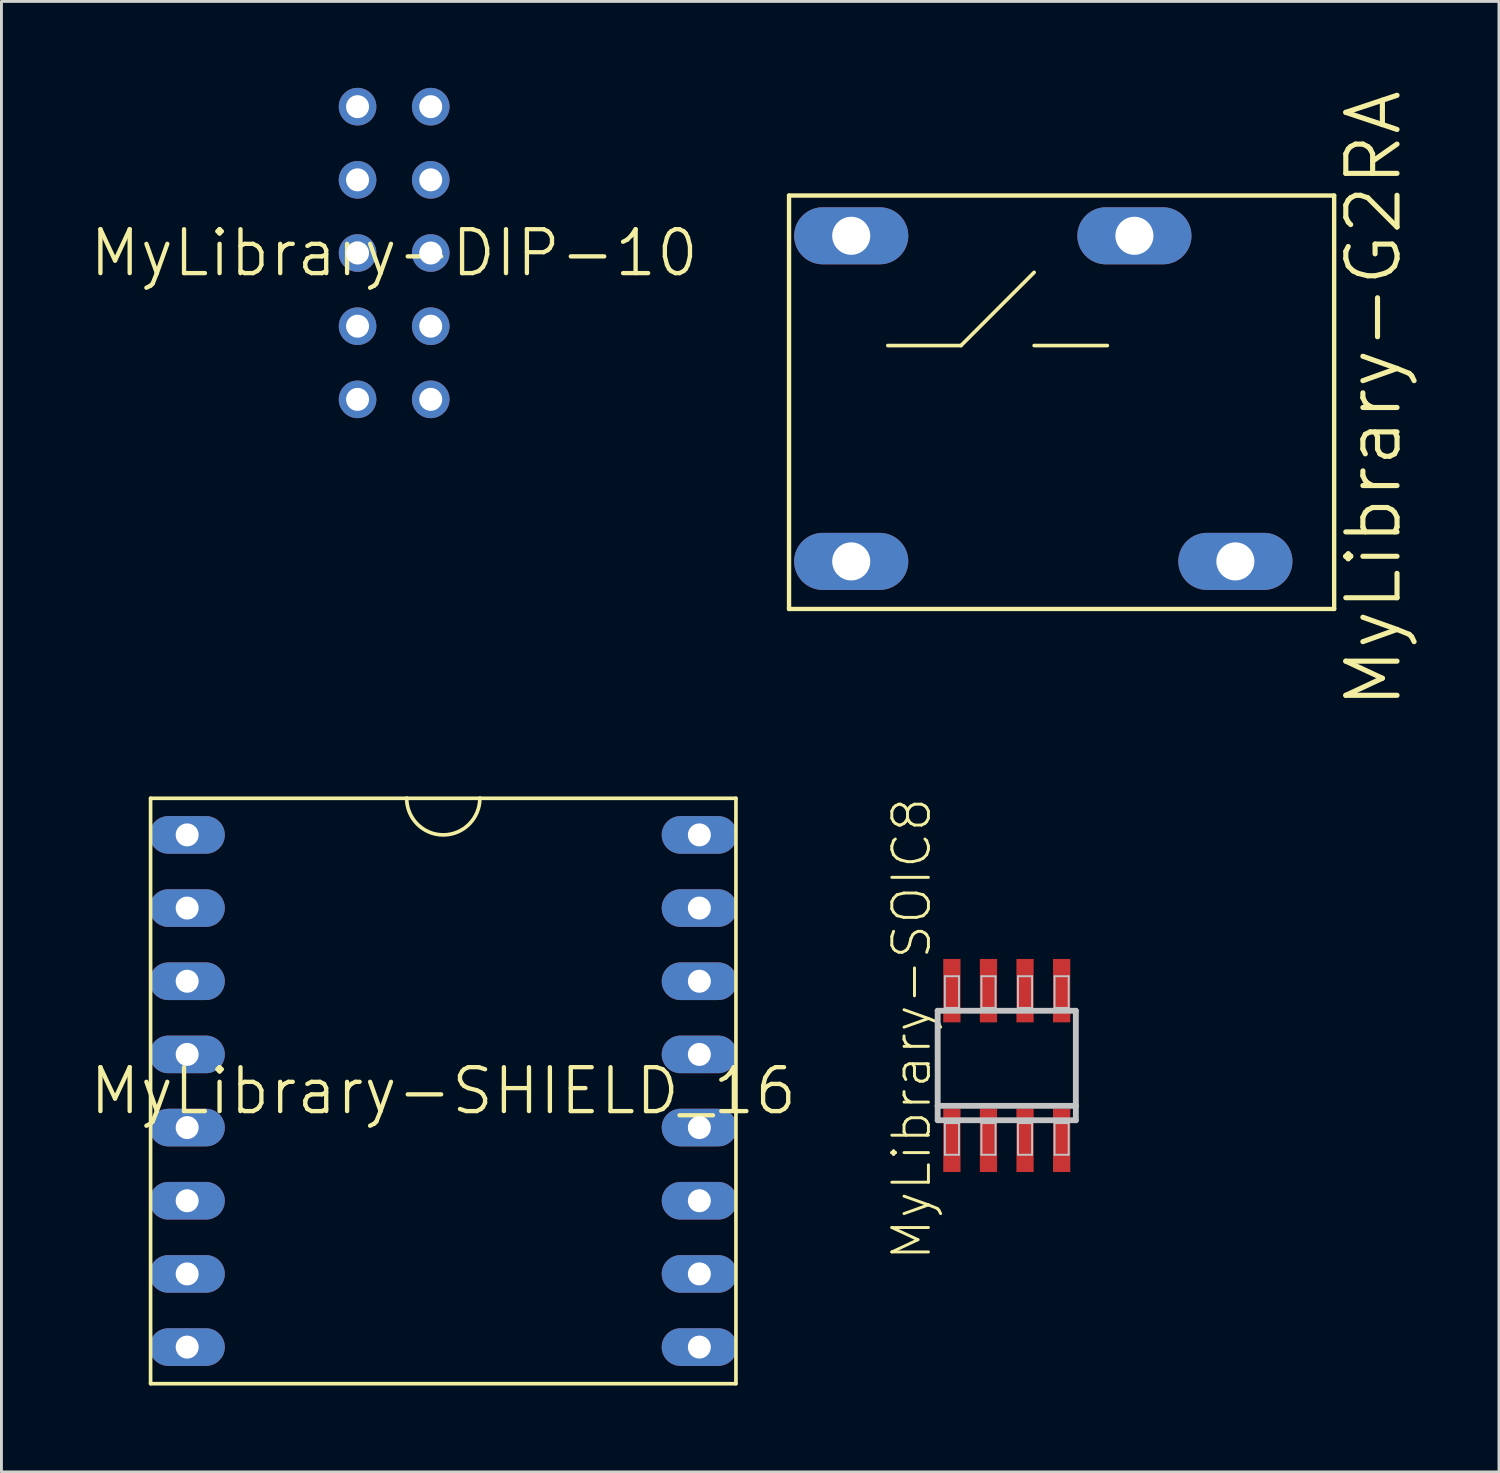
<source format=kicad_pcb>
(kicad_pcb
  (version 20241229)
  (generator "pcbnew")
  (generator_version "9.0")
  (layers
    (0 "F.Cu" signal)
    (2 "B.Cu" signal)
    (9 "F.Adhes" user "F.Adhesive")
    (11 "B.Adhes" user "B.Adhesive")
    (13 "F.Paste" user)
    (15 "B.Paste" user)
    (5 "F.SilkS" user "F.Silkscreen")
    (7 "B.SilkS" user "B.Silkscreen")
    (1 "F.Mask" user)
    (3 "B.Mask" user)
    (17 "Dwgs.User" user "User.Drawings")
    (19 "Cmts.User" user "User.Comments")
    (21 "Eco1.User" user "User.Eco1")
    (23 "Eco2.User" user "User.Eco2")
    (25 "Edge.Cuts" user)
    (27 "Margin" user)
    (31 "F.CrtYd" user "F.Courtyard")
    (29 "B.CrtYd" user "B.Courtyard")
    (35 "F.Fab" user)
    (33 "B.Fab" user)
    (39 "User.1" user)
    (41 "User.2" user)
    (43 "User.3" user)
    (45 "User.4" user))
  (footprint "MyLibrary-G2RA"
    (layer "F.Cu")
    (at 30.309 11.485)
    (property "Reference" "MyLibrary-G2RA" (at 14.323 -0.686 90) (layer "F.SilkS") (effects (font (size 1.778 1.778) (thickness 0.178))))
    (attr exclude_from_pos_files exclude_from_bom)
    (fp_line (start -5.969 6.604) (end -5.969 -7.747) (stroke (width 0.152) (type solid)) (layer "F.SilkS"))
    (fp_line (start -5.969 6.604) (end 12.954 6.604) (stroke (width 0.152) (type solid)) (layer "F.SilkS"))
    (fp_line (start -2.54 -2.54) (end 0 -2.54) (stroke (width 0.127) (type solid)) (layer "F.SilkS"))
    (fp_line (start 0 -2.54) (end 2.54 -5.08) (stroke (width 0.127) (type solid)) (layer "F.SilkS"))
    (fp_line (start 2.54 -2.54) (end 5.08 -2.54) (stroke (width 0.127) (type solid)) (layer "F.SilkS"))
    (fp_line (start 12.954 -7.747) (end -5.969 -7.747) (stroke (width 0.152) (type solid)) (layer "F.SilkS"))
    (fp_line (start 12.954 -7.747) (end 12.954 6.604) (stroke (width 0.152) (type solid)) (layer "F.SilkS"))
    (pad "1" thru_hole oval (at -3.81 4.953 90) (size 1.981 3.962) (drill 1.321) (layers "*.Cu" "*.Paste" "*.Mask"))
    (pad "2" thru_hole oval (at 9.525 4.953 90) (size 1.981 3.962) (drill 1.321) (layers "*.Cu" "*.Paste" "*.Mask"))
    (pad "3" thru_hole oval (at -3.81 -6.35 270) (size 1.981 3.962) (drill 1.321) (layers "*.Cu" "*.Paste" "*.Mask"))
    (pad "4" thru_hole oval (at 6.02 -6.35 90) (size 1.981 3.962) (drill 1.321) (layers "*.Cu" "*.Paste" "*.Mask")))
  (footprint "MyLibrary-SHIELD_16"
    (layer "F.Cu")
    (at 12.337 34.822)
    (property "Reference" "MyLibrary-SHIELD_16" (at 0 0 0) (layer "F.SilkS") (effects (font (size 1.524 1.524) (thickness 0.15))))
    (attr exclude_from_pos_files exclude_from_bom)
    (fp_line (start -10.16 -10.16) (end -1.27 -10.16) (stroke (width 0.127) (type solid)) (layer "F.SilkS"))
    (fp_line (start -10.16 10.16) (end -10.16 -10.16) (stroke (width 0.127) (type solid)) (layer "F.SilkS"))
    (fp_line (start -1.27 -10.16) (end 1.27 -10.16) (stroke (width 0.127) (type solid)) (layer "F.SilkS"))
    (fp_line (start 1.27 -10.16) (end 10.16 -10.16) (stroke (width 0.127) (type solid)) (layer "F.SilkS"))
    (fp_line (start 10.16 -10.16) (end 10.16 10.16) (stroke (width 0.127) (type solid)) (layer "F.SilkS"))
    (fp_line (start 10.16 10.16) (end -10.16 10.16) (stroke (width 0.127) (type solid)) (layer "F.SilkS"))
    (fp_arc (start 1.27 -10.16) (mid 0 -8.89) (end -1.27 -10.16) (stroke (width 0.127) (type solid)) (layer "F.SilkS"))
    (pad "PIN1" thru_hole oval (at -8.89 -8.89 90) (size 1.306 2.614) (drill 0.798) (layers "*.Cu" "*.Paste" "*.Mask"))
    (pad "PIN1" thru_hole oval (at 8.89 -8.89 90) (size 1.306 2.614) (drill 0.798) (layers "*.Cu" "*.Paste" "*.Mask"))
    (pad "PIN1" thru_hole oval (at 8.89 -6.35 90) (size 1.306 2.614) (drill 0.798) (layers "*.Cu" "*.Paste" "*.Mask"))
    (pad "PIN1" thru_hole oval (at 8.89 -3.81 90) (size 1.306 2.614) (drill 0.798) (layers "*.Cu" "*.Paste" "*.Mask"))
    (pad "PIN1" thru_hole oval (at 8.89 -1.27 90) (size 1.306 2.614) (drill 0.798) (layers "*.Cu" "*.Paste" "*.Mask"))
    (pad "PIN1" thru_hole oval (at 8.89 1.27 90) (size 1.306 2.614) (drill 0.798) (layers "*.Cu" "*.Paste" "*.Mask"))
    (pad "PIN1" thru_hole oval (at 8.89 3.81 90) (size 1.306 2.614) (drill 0.798) (layers "*.Cu" "*.Paste" "*.Mask"))
    (pad "PIN1" thru_hole oval (at 8.89 6.35 90) (size 1.306 2.614) (drill 0.798) (layers "*.Cu" "*.Paste" "*.Mask"))
    (pad "PIN2" thru_hole oval (at -8.89 -6.35 90) (size 1.306 2.614) (drill 0.798) (layers "*.Cu" "*.Paste" "*.Mask"))
    (pad "PIN3" thru_hole oval (at -8.89 -3.81 90) (size 1.306 2.614) (drill 0.798) (layers "*.Cu" "*.Paste" "*.Mask"))
    (pad "PIN4" thru_hole oval (at -8.89 -1.27 90) (size 1.306 2.614) (drill 0.798) (layers "*.Cu" "*.Paste" "*.Mask"))
    (pad "PIN5" thru_hole oval (at -8.89 1.27 90) (size 1.306 2.614) (drill 0.798) (layers "*.Cu" "*.Paste" "*.Mask"))
    (pad "PIN6" thru_hole oval (at -8.89 3.81 90) (size 1.306 2.614) (drill 0.798) (layers "*.Cu" "*.Paste" "*.Mask"))
    (pad "PIN7" thru_hole oval (at -8.89 6.35 90) (size 1.306 2.614) (drill 0.798) (layers "*.Cu" "*.Paste" "*.Mask"))
    (pad "PIN8" thru_hole oval (at -8.89 8.89 90) (size 1.306 2.614) (drill 0.798) (layers "*.Cu" "*.Paste" "*.Mask"))
    (pad "PIN9" thru_hole oval (at 8.89 8.89 90) (size 1.306 2.614) (drill 0.798) (layers "*.Cu" "*.Paste" "*.Mask")))
  (footprint "MyLibrary-DIP-10"
    (layer "F.Cu")
    (at 10.632 5.733)
    (property "Reference" "MyLibrary-DIP-10" (at 0 0 0) (layer "F.SilkS") (effects (font (size 1.524 1.524) (thickness 0.15))))
    (attr exclude_from_pos_files exclude_from_bom)
    (pad "P$1" thru_hole circle (at -1.27 0) (size 1.306 1.306) (drill 0.798) (layers "*.Cu" "*.Paste" "*.Mask"))
    (pad "P$2" thru_hole circle (at 1.27 0) (size 1.306 1.306) (drill 0.798) (layers "*.Cu" "*.Paste" "*.Mask"))
    (pad "P$3" thru_hole circle (at 1.27 -2.54) (size 1.306 1.306) (drill 0.798) (layers "*.Cu" "*.Paste" "*.Mask"))
    (pad "P$4" thru_hole circle (at -1.27 -2.54) (size 1.306 1.306) (drill 0.798) (layers "*.Cu" "*.Paste" "*.Mask"))
    (pad "P$5" thru_hole circle (at -1.27 -5.08) (size 1.306 1.306) (drill 0.798) (layers "*.Cu" "*.Paste" "*.Mask"))
    (pad "P$6" thru_hole circle (at 1.27 -5.08) (size 1.306 1.306) (drill 0.798) (layers "*.Cu" "*.Paste" "*.Mask"))
    (pad "P$7" thru_hole circle (at -1.27 2.54) (size 1.306 1.306) (drill 0.798) (layers "*.Cu" "*.Paste" "*.Mask"))
    (pad "P$8" thru_hole circle (at 1.27 2.54) (size 1.306 1.306) (drill 0.798) (layers "*.Cu" "*.Paste" "*.Mask"))
    (pad "P$9" thru_hole circle (at 1.27 5.08) (size 1.306 1.306) (drill 0.798) (layers "*.Cu" "*.Paste" "*.Mask"))
    (pad "P$10" thru_hole circle (at -1.27 5.08) (size 1.306 1.306) (drill 0.798) (layers "*.Cu" "*.Paste" "*.Mask")))
  (footprint "MyLibrary-SOIC8"
    (layer "F.Cu")
    (at 31.898 33.937)
    (property "Reference" "MyLibrary-SOIC8" (at -3.302 -1.27 90) (layer "F.SilkS") (effects (font (size 1.27 1.27) (thickness 0.102))))
    (attr smd)
    (fp_line (start -2.398 -1.9) (end 2.398 -1.9) (stroke (width 0.203) (type solid)) (layer "Dwgs.User"))
    (fp_line (start -2.398 1.4) (end -2.398 -1.9) (stroke (width 0.203) (type solid)) (layer "Dwgs.User"))
    (fp_line (start -2.398 1.9) (end -2.398 1.4) (stroke (width 0.203) (type solid)) (layer "Dwgs.User"))
    (fp_line (start -2.149 -3.099) (end -1.659 -3.099) (stroke (width 0.066) (type solid)) (layer "Dwgs.User"))
    (fp_line (start -2.149 -1.999) (end -2.149 -3.099) (stroke (width 0.066) (type solid)) (layer "Dwgs.User"))
    (fp_line (start -2.149 -1.999) (end -1.659 -1.999) (stroke (width 0.066) (type solid)) (layer "Dwgs.User"))
    (fp_line (start -2.149 1.999) (end -1.659 1.999) (stroke (width 0.066) (type solid)) (layer "Dwgs.User"))
    (fp_line (start -2.149 3.099) (end -2.149 1.999) (stroke (width 0.066) (type solid)) (layer "Dwgs.User"))
    (fp_line (start -2.149 3.099) (end -1.659 3.099) (stroke (width 0.066) (type solid)) (layer "Dwgs.User"))
    (fp_line (start -1.659 -1.999) (end -1.659 -3.099) (stroke (width 0.066) (type solid)) (layer "Dwgs.User"))
    (fp_line (start -1.659 3.099) (end -1.659 1.999) (stroke (width 0.066) (type solid)) (layer "Dwgs.User"))
    (fp_line (start -0.879 -3.099) (end -0.389 -3.099) (stroke (width 0.066) (type solid)) (layer "Dwgs.User"))
    (fp_line (start -0.879 -1.999) (end -0.879 -3.099) (stroke (width 0.066) (type solid)) (layer "Dwgs.User"))
    (fp_line (start -0.879 -1.999) (end -0.389 -1.999) (stroke (width 0.066) (type solid)) (layer "Dwgs.User"))
    (fp_line (start -0.879 1.999) (end -0.389 1.999) (stroke (width 0.066) (type solid)) (layer "Dwgs.User"))
    (fp_line (start -0.879 3.099) (end -0.879 1.999) (stroke (width 0.066) (type solid)) (layer "Dwgs.User"))
    (fp_line (start -0.879 3.099) (end -0.389 3.099) (stroke (width 0.066) (type solid)) (layer "Dwgs.User"))
    (fp_line (start -0.389 -1.999) (end -0.389 -3.099) (stroke (width 0.066) (type solid)) (layer "Dwgs.User"))
    (fp_line (start -0.389 3.099) (end -0.389 1.999) (stroke (width 0.066) (type solid)) (layer "Dwgs.User"))
    (fp_line (start 0.389 -3.099) (end 0.879 -3.099) (stroke (width 0.066) (type solid)) (layer "Dwgs.User"))
    (fp_line (start 0.389 -1.999) (end 0.389 -3.099) (stroke (width 0.066) (type solid)) (layer "Dwgs.User"))
    (fp_line (start 0.389 -1.999) (end 0.879 -1.999) (stroke (width 0.066) (type solid)) (layer "Dwgs.User"))
    (fp_line (start 0.389 1.999) (end 0.879 1.999) (stroke (width 0.066) (type solid)) (layer "Dwgs.User"))
    (fp_line (start 0.389 3.099) (end 0.389 1.999) (stroke (width 0.066) (type solid)) (layer "Dwgs.User"))
    (fp_line (start 0.389 3.099) (end 0.879 3.099) (stroke (width 0.066) (type solid)) (layer "Dwgs.User"))
    (fp_line (start 0.879 -1.999) (end 0.879 -3.099) (stroke (width 0.066) (type solid)) (layer "Dwgs.User"))
    (fp_line (start 0.879 3.099) (end 0.879 1.999) (stroke (width 0.066) (type solid)) (layer "Dwgs.User"))
    (fp_line (start 1.659 -3.099) (end 2.149 -3.099) (stroke (width 0.066) (type solid)) (layer "Dwgs.User"))
    (fp_line (start 1.659 -1.999) (end 1.659 -3.099) (stroke (width 0.066) (type solid)) (layer "Dwgs.User"))
    (fp_line (start 1.659 -1.999) (end 2.149 -1.999) (stroke (width 0.066) (type solid)) (layer "Dwgs.User"))
    (fp_line (start 1.659 1.999) (end 2.149 1.999) (stroke (width 0.066) (type solid)) (layer "Dwgs.User"))
    (fp_line (start 1.659 3.099) (end 1.659 1.999) (stroke (width 0.066) (type solid)) (layer "Dwgs.User"))
    (fp_line (start 1.659 3.099) (end 2.149 3.099) (stroke (width 0.066) (type solid)) (layer "Dwgs.User"))
    (fp_line (start 2.149 -1.999) (end 2.149 -3.099) (stroke (width 0.066) (type solid)) (layer "Dwgs.User"))
    (fp_line (start 2.149 3.099) (end 2.149 1.999) (stroke (width 0.066) (type solid)) (layer "Dwgs.User"))
    (fp_line (start 2.398 -1.9) (end 2.398 1.4) (stroke (width 0.203) (type solid)) (layer "Dwgs.User"))
    (fp_line (start 2.398 1.4) (end -2.398 1.4) (stroke (width 0.203) (type solid)) (layer "Dwgs.User"))
    (fp_line (start 2.398 1.4) (end 2.398 1.9) (stroke (width 0.203) (type solid)) (layer "Dwgs.User"))
    (fp_line (start 2.398 1.9) (end -2.398 1.9) (stroke (width 0.203) (type solid)) (layer "Dwgs.User"))
    (pad "GND" smd rect (at 1.905 2.598) (size 0.599 2.2) (layers "F.Cu" "F.Mask" "F.Paste"))
    (pad "I/O" smd rect (at 0.635 -2.598) (size 0.599 2.2) (layers "F.Cu" "F.Mask" "F.Paste"))
    (pad "RST" smd rect (at 1.905 -2.598) (size 0.599 2.2) (layers "F.Cu" "F.Mask" "F.Paste"))
    (pad "SCLK" smd rect (at -0.635 -2.598) (size 0.599 2.2) (layers "F.Cu" "F.Mask" "F.Paste"))
    (pad "VCC1" smd rect (at -1.905 -2.598) (size 0.599 2.2) (layers "F.Cu" "F.Mask" "F.Paste"))
    (pad "VCC2" smd rect (at -1.905 2.598) (size 0.599 2.2) (layers "F.Cu" "F.Mask" "F.Paste"))
    (pad "X1" smd rect (at -0.635 2.598) (size 0.599 2.2) (layers "F.Cu" "F.Mask" "F.Paste"))
    (pad "X2" smd rect (at 0.635 2.598) (size 0.599 2.2) (layers "F.Cu" "F.Mask" "F.Paste")))
  (gr_rect
    (start -3 -3)
    (end 48.984 48.045)
    (stroke (width 0.1) (type default))
    (fill no)
    (layer "Edge.Cuts")))
</source>
